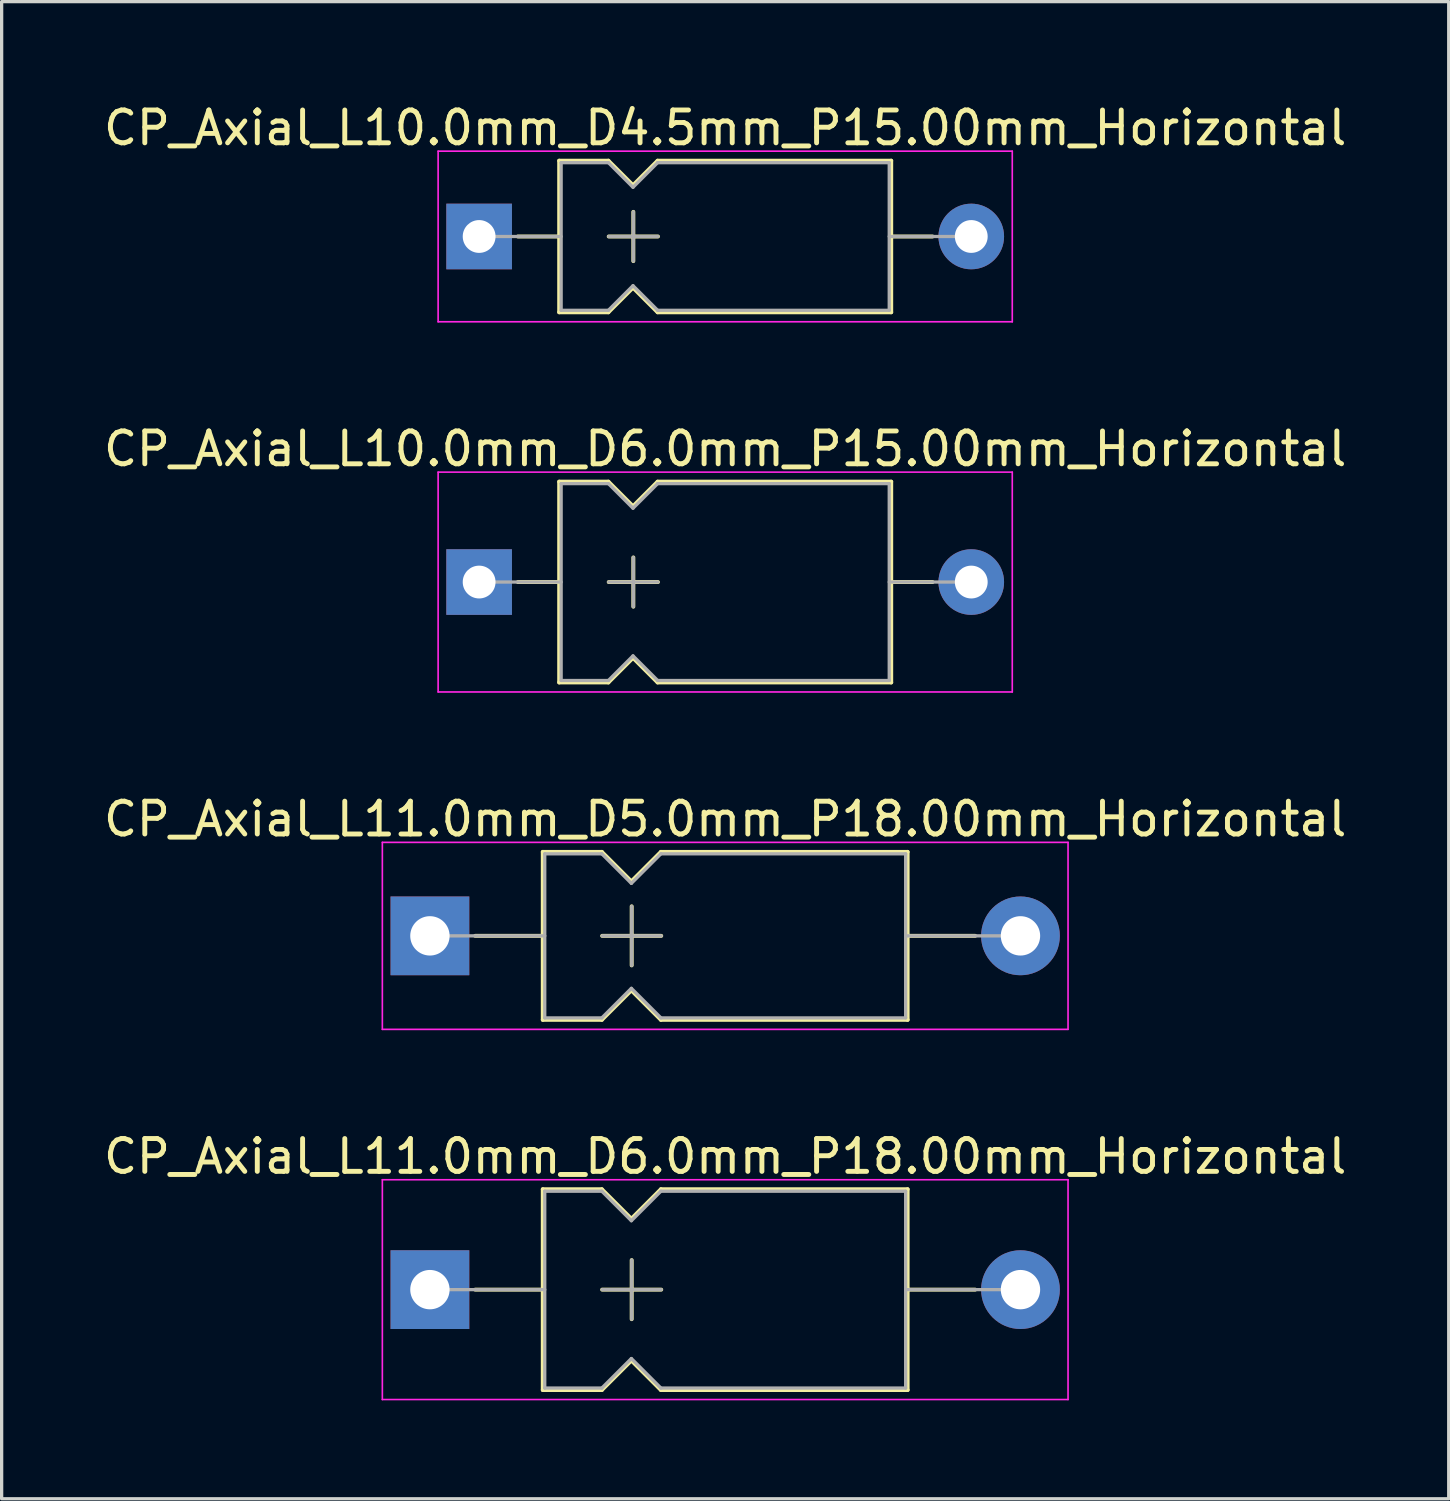
<source format=kicad_pcb>
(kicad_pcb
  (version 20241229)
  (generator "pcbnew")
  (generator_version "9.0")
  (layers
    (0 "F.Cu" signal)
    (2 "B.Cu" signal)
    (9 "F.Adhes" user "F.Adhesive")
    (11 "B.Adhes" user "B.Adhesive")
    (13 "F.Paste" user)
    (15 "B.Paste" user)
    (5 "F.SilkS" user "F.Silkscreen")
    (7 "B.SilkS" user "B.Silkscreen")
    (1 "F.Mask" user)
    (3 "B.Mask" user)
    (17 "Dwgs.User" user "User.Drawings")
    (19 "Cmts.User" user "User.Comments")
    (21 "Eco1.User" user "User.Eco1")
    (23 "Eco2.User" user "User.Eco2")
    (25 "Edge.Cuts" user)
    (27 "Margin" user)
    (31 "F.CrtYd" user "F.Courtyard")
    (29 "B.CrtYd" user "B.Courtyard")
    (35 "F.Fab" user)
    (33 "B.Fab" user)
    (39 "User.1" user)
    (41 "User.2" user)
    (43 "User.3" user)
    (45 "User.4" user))
  (footprint "CP_Axial_L10.0mm_D4.5mm_P15.00mm_Horizontal"
    (layer "F.Cu")
    (at 11.554 4.158)
    (property "Reference" "CP_Axial_L10.0mm_D4.5mm_P15.00mm_Horizontal" (at 7.5 -3.31 0) (layer "F.SilkS") (effects (font (size 1 1) (thickness 0.15))))
    (attr through_hole)
    (fp_line (start 1.18 0) (end 2.44 0) (stroke (width 0.12) (type solid)) (layer "F.SilkS"))
    (fp_line (start 2.44 -2.31) (end 2.44 2.31) (stroke (width 0.12) (type solid)) (layer "F.SilkS"))
    (fp_line (start 2.44 -2.31) (end 3.94 -2.31) (stroke (width 0.12) (type solid)) (layer "F.SilkS"))
    (fp_line (start 2.44 2.31) (end 3.94 2.31) (stroke (width 0.12) (type solid)) (layer "F.SilkS"))
    (fp_line (start 3.94 -2.31) (end 4.69 -1.56) (stroke (width 0.12) (type solid)) (layer "F.SilkS"))
    (fp_line (start 3.94 2.31) (end 4.69 1.56) (stroke (width 0.12) (type solid)) (layer "F.SilkS"))
    (fp_line (start 3.95 0) (end 5.45 0) (stroke (width 0.12) (type solid)) (layer "F.SilkS"))
    (fp_line (start 4.69 -1.56) (end 5.44 -2.31) (stroke (width 0.12) (type solid)) (layer "F.SilkS"))
    (fp_line (start 4.69 1.56) (end 5.44 2.31) (stroke (width 0.12) (type solid)) (layer "F.SilkS"))
    (fp_line (start 4.7 -0.75) (end 4.7 0.75) (stroke (width 0.12) (type solid)) (layer "F.SilkS"))
    (fp_line (start 5.44 -2.31) (end 12.56 -2.31) (stroke (width 0.12) (type solid)) (layer "F.SilkS"))
    (fp_line (start 5.44 2.31) (end 12.56 2.31) (stroke (width 0.12) (type solid)) (layer "F.SilkS"))
    (fp_line (start 12.56 -2.31) (end 12.56 2.31) (stroke (width 0.12) (type solid)) (layer "F.SilkS"))
    (fp_line (start 13.82 0) (end 12.56 0) (stroke (width 0.12) (type solid)) (layer "F.SilkS"))
    (fp_line (start -1.25 -2.6) (end -1.25 2.6) (stroke (width 0.05) (type solid)) (layer "F.CrtYd"))
    (fp_line (start -1.25 2.6) (end 16.25 2.6) (stroke (width 0.05) (type solid)) (layer "F.CrtYd"))
    (fp_line (start 16.25 -2.6) (end -1.25 -2.6) (stroke (width 0.05) (type solid)) (layer "F.CrtYd"))
    (fp_line (start 16.25 2.6) (end 16.25 -2.6) (stroke (width 0.05) (type solid)) (layer "F.CrtYd"))
    (fp_line (start 0 0) (end 2.5 0) (stroke (width 0.1) (type solid)) (layer "F.Fab"))
    (fp_line (start 2.5 -2.25) (end 2.5 2.25) (stroke (width 0.1) (type solid)) (layer "F.Fab"))
    (fp_line (start 2.5 -2.25) (end 3.94 -2.25) (stroke (width 0.1) (type solid)) (layer "F.Fab"))
    (fp_line (start 2.5 2.25) (end 3.94 2.25) (stroke (width 0.1) (type solid)) (layer "F.Fab"))
    (fp_line (start 3.94 -2.25) (end 4.69 -1.5) (stroke (width 0.1) (type solid)) (layer "F.Fab"))
    (fp_line (start 3.94 2.25) (end 4.69 1.5) (stroke (width 0.1) (type solid)) (layer "F.Fab"))
    (fp_line (start 3.95 0) (end 5.45 0) (stroke (width 0.1) (type solid)) (layer "F.Fab"))
    (fp_line (start 4.69 -1.5) (end 5.44 -2.25) (stroke (width 0.1) (type solid)) (layer "F.Fab"))
    (fp_line (start 4.69 1.5) (end 5.44 2.25) (stroke (width 0.1) (type solid)) (layer "F.Fab"))
    (fp_line (start 4.7 -0.75) (end 4.7 0.75) (stroke (width 0.1) (type solid)) (layer "F.Fab"))
    (fp_line (start 5.44 -2.25) (end 12.5 -2.25) (stroke (width 0.1) (type solid)) (layer "F.Fab"))
    (fp_line (start 5.44 2.25) (end 12.5 2.25) (stroke (width 0.1) (type solid)) (layer "F.Fab"))
    (fp_line (start 12.5 -2.25) (end 12.5 2.25) (stroke (width 0.1) (type solid)) (layer "F.Fab"))
    (fp_line (start 15 0) (end 12.5 0) (stroke (width 0.1) (type solid)) (layer "F.Fab"))
    (pad "1" thru_hole rect (at 0 0) (size 2 2) (drill 1) (layers "*.Cu" "*.Mask"))
    (pad "2" thru_hole oval (at 15 0) (size 2 2) (drill 1) (layers "*.Cu" "*.Mask")))
  (footprint "CP_Axial_L11.0mm_D6.0mm_P18.00mm_Horizontal"
    (layer "F.Cu")
    (at 10.054 36.258)
    (property "Reference" "CP_Axial_L11.0mm_D6.0mm_P18.00mm_Horizontal" (at 9 -4.06 0) (layer "F.SilkS") (effects (font (size 1 1) (thickness 0.15))))
    (attr through_hole)
    (fp_line (start 1.38 0) (end 3.44 0) (stroke (width 0.12) (type solid)) (layer "F.SilkS"))
    (fp_line (start 3.44 -3.06) (end 3.44 3.06) (stroke (width 0.12) (type solid)) (layer "F.SilkS"))
    (fp_line (start 3.44 -3.06) (end 5.24 -3.06) (stroke (width 0.12) (type solid)) (layer "F.SilkS"))
    (fp_line (start 3.44 3.06) (end 5.24 3.06) (stroke (width 0.12) (type solid)) (layer "F.SilkS"))
    (fp_line (start 5.24 -3.06) (end 6.14 -2.16) (stroke (width 0.12) (type solid)) (layer "F.SilkS"))
    (fp_line (start 5.24 3.06) (end 6.14 2.16) (stroke (width 0.12) (type solid)) (layer "F.SilkS"))
    (fp_line (start 5.25 0) (end 7.05 0) (stroke (width 0.12) (type solid)) (layer "F.SilkS"))
    (fp_line (start 6.14 -2.16) (end 7.04 -3.06) (stroke (width 0.12) (type solid)) (layer "F.SilkS"))
    (fp_line (start 6.14 2.16) (end 7.04 3.06) (stroke (width 0.12) (type solid)) (layer "F.SilkS"))
    (fp_line (start 6.15 -0.9) (end 6.15 0.9) (stroke (width 0.12) (type solid)) (layer "F.SilkS"))
    (fp_line (start 7.04 -3.06) (end 14.56 -3.06) (stroke (width 0.12) (type solid)) (layer "F.SilkS"))
    (fp_line (start 7.04 3.06) (end 14.56 3.06) (stroke (width 0.12) (type solid)) (layer "F.SilkS"))
    (fp_line (start 14.56 -3.06) (end 14.56 3.06) (stroke (width 0.12) (type solid)) (layer "F.SilkS"))
    (fp_line (start 16.62 0) (end 14.56 0) (stroke (width 0.12) (type solid)) (layer "F.SilkS"))
    (fp_line (start -1.45 -3.35) (end -1.45 3.35) (stroke (width 0.05) (type solid)) (layer "F.CrtYd"))
    (fp_line (start -1.45 3.35) (end 19.45 3.35) (stroke (width 0.05) (type solid)) (layer "F.CrtYd"))
    (fp_line (start 19.45 -3.35) (end -1.45 -3.35) (stroke (width 0.05) (type solid)) (layer "F.CrtYd"))
    (fp_line (start 19.45 3.35) (end 19.45 -3.35) (stroke (width 0.05) (type solid)) (layer "F.CrtYd"))
    (fp_line (start 0 0) (end 3.5 0) (stroke (width 0.1) (type solid)) (layer "F.Fab"))
    (fp_line (start 3.5 -3) (end 3.5 3) (stroke (width 0.1) (type solid)) (layer "F.Fab"))
    (fp_line (start 3.5 -3) (end 5.24 -3) (stroke (width 0.1) (type solid)) (layer "F.Fab"))
    (fp_line (start 3.5 3) (end 5.24 3) (stroke (width 0.1) (type solid)) (layer "F.Fab"))
    (fp_line (start 5.24 -3) (end 6.14 -2.1) (stroke (width 0.1) (type solid)) (layer "F.Fab"))
    (fp_line (start 5.24 3) (end 6.14 2.1) (stroke (width 0.1) (type solid)) (layer "F.Fab"))
    (fp_line (start 5.25 0) (end 7.05 0) (stroke (width 0.1) (type solid)) (layer "F.Fab"))
    (fp_line (start 6.14 -2.1) (end 7.04 -3) (stroke (width 0.1) (type solid)) (layer "F.Fab"))
    (fp_line (start 6.14 2.1) (end 7.04 3) (stroke (width 0.1) (type solid)) (layer "F.Fab"))
    (fp_line (start 6.15 -0.9) (end 6.15 0.9) (stroke (width 0.1) (type solid)) (layer "F.Fab"))
    (fp_line (start 7.04 -3) (end 14.5 -3) (stroke (width 0.1) (type solid)) (layer "F.Fab"))
    (fp_line (start 7.04 3) (end 14.5 3) (stroke (width 0.1) (type solid)) (layer "F.Fab"))
    (fp_line (start 14.5 -3) (end 14.5 3) (stroke (width 0.1) (type solid)) (layer "F.Fab"))
    (fp_line (start 18 0) (end 14.5 0) (stroke (width 0.1) (type solid)) (layer "F.Fab"))
    (pad "1" thru_hole rect (at 0 0) (size 2.4 2.4) (drill 1.2) (layers "*.Cu" "*.Mask"))
    (pad "2" thru_hole oval (at 18 0) (size 2.4 2.4) (drill 1.2) (layers "*.Cu" "*.Mask")))
  (footprint "CP_Axial_L10.0mm_D6.0mm_P15.00mm_Horizontal"
    (layer "F.Cu")
    (at 11.554 14.691)
    (property "Reference" "CP_Axial_L10.0mm_D6.0mm_P15.00mm_Horizontal" (at 7.5 -4.06 0) (layer "F.SilkS") (effects (font (size 1 1) (thickness 0.15))))
    (attr through_hole)
    (fp_line (start 1.18 0) (end 2.44 0) (stroke (width 0.12) (type solid)) (layer "F.SilkS"))
    (fp_line (start 2.44 -3.06) (end 2.44 3.06) (stroke (width 0.12) (type solid)) (layer "F.SilkS"))
    (fp_line (start 2.44 -3.06) (end 3.94 -3.06) (stroke (width 0.12) (type solid)) (layer "F.SilkS"))
    (fp_line (start 2.44 3.06) (end 3.94 3.06) (stroke (width 0.12) (type solid)) (layer "F.SilkS"))
    (fp_line (start 3.94 -3.06) (end 4.69 -2.31) (stroke (width 0.12) (type solid)) (layer "F.SilkS"))
    (fp_line (start 3.94 3.06) (end 4.69 2.31) (stroke (width 0.12) (type solid)) (layer "F.SilkS"))
    (fp_line (start 3.95 0) (end 5.45 0) (stroke (width 0.12) (type solid)) (layer "F.SilkS"))
    (fp_line (start 4.69 -2.31) (end 5.44 -3.06) (stroke (width 0.12) (type solid)) (layer "F.SilkS"))
    (fp_line (start 4.69 2.31) (end 5.44 3.06) (stroke (width 0.12) (type solid)) (layer "F.SilkS"))
    (fp_line (start 4.7 -0.75) (end 4.7 0.75) (stroke (width 0.12) (type solid)) (layer "F.SilkS"))
    (fp_line (start 5.44 -3.06) (end 12.56 -3.06) (stroke (width 0.12) (type solid)) (layer "F.SilkS"))
    (fp_line (start 5.44 3.06) (end 12.56 3.06) (stroke (width 0.12) (type solid)) (layer "F.SilkS"))
    (fp_line (start 12.56 -3.06) (end 12.56 3.06) (stroke (width 0.12) (type solid)) (layer "F.SilkS"))
    (fp_line (start 13.82 0) (end 12.56 0) (stroke (width 0.12) (type solid)) (layer "F.SilkS"))
    (fp_line (start -1.25 -3.35) (end -1.25 3.35) (stroke (width 0.05) (type solid)) (layer "F.CrtYd"))
    (fp_line (start -1.25 3.35) (end 16.25 3.35) (stroke (width 0.05) (type solid)) (layer "F.CrtYd"))
    (fp_line (start 16.25 -3.35) (end -1.25 -3.35) (stroke (width 0.05) (type solid)) (layer "F.CrtYd"))
    (fp_line (start 16.25 3.35) (end 16.25 -3.35) (stroke (width 0.05) (type solid)) (layer "F.CrtYd"))
    (fp_line (start 0 0) (end 2.5 0) (stroke (width 0.1) (type solid)) (layer "F.Fab"))
    (fp_line (start 2.5 -3) (end 2.5 3) (stroke (width 0.1) (type solid)) (layer "F.Fab"))
    (fp_line (start 2.5 -3) (end 3.94 -3) (stroke (width 0.1) (type solid)) (layer "F.Fab"))
    (fp_line (start 2.5 3) (end 3.94 3) (stroke (width 0.1) (type solid)) (layer "F.Fab"))
    (fp_line (start 3.94 -3) (end 4.69 -2.25) (stroke (width 0.1) (type solid)) (layer "F.Fab"))
    (fp_line (start 3.94 3) (end 4.69 2.25) (stroke (width 0.1) (type solid)) (layer "F.Fab"))
    (fp_line (start 3.95 0) (end 5.45 0) (stroke (width 0.1) (type solid)) (layer "F.Fab"))
    (fp_line (start 4.69 -2.25) (end 5.44 -3) (stroke (width 0.1) (type solid)) (layer "F.Fab"))
    (fp_line (start 4.69 2.25) (end 5.44 3) (stroke (width 0.1) (type solid)) (layer "F.Fab"))
    (fp_line (start 4.7 -0.75) (end 4.7 0.75) (stroke (width 0.1) (type solid)) (layer "F.Fab"))
    (fp_line (start 5.44 -3) (end 12.5 -3) (stroke (width 0.1) (type solid)) (layer "F.Fab"))
    (fp_line (start 5.44 3) (end 12.5 3) (stroke (width 0.1) (type solid)) (layer "F.Fab"))
    (fp_line (start 12.5 -3) (end 12.5 3) (stroke (width 0.1) (type solid)) (layer "F.Fab"))
    (fp_line (start 15 0) (end 12.5 0) (stroke (width 0.1) (type solid)) (layer "F.Fab"))
    (pad "1" thru_hole rect (at 0 0) (size 2 2) (drill 1) (layers "*.Cu" "*.Mask"))
    (pad "2" thru_hole oval (at 15 0) (size 2 2) (drill 1) (layers "*.Cu" "*.Mask")))
  (footprint "CP_Axial_L11.0mm_D5.0mm_P18.00mm_Horizontal"
    (layer "F.Cu")
    (at 10.054 25.475)
    (property "Reference" "CP_Axial_L11.0mm_D5.0mm_P18.00mm_Horizontal" (at 9 -3.56 0) (layer "F.SilkS") (effects (font (size 1 1) (thickness 0.15))))
    (attr through_hole)
    (fp_line (start 1.38 0) (end 3.44 0) (stroke (width 0.12) (type solid)) (layer "F.SilkS"))
    (fp_line (start 3.44 -2.56) (end 3.44 2.56) (stroke (width 0.12) (type solid)) (layer "F.SilkS"))
    (fp_line (start 3.44 -2.56) (end 5.24 -2.56) (stroke (width 0.12) (type solid)) (layer "F.SilkS"))
    (fp_line (start 3.44 2.56) (end 5.24 2.56) (stroke (width 0.12) (type solid)) (layer "F.SilkS"))
    (fp_line (start 5.24 -2.56) (end 6.14 -1.66) (stroke (width 0.12) (type solid)) (layer "F.SilkS"))
    (fp_line (start 5.24 2.56) (end 6.14 1.66) (stroke (width 0.12) (type solid)) (layer "F.SilkS"))
    (fp_line (start 5.25 0) (end 7.05 0) (stroke (width 0.12) (type solid)) (layer "F.SilkS"))
    (fp_line (start 6.14 -1.66) (end 7.04 -2.56) (stroke (width 0.12) (type solid)) (layer "F.SilkS"))
    (fp_line (start 6.14 1.66) (end 7.04 2.56) (stroke (width 0.12) (type solid)) (layer "F.SilkS"))
    (fp_line (start 6.15 -0.9) (end 6.15 0.9) (stroke (width 0.12) (type solid)) (layer "F.SilkS"))
    (fp_line (start 7.04 -2.56) (end 14.56 -2.56) (stroke (width 0.12) (type solid)) (layer "F.SilkS"))
    (fp_line (start 7.04 2.56) (end 14.56 2.56) (stroke (width 0.12) (type solid)) (layer "F.SilkS"))
    (fp_line (start 14.56 -2.56) (end 14.56 2.56) (stroke (width 0.12) (type solid)) (layer "F.SilkS"))
    (fp_line (start 16.62 0) (end 14.56 0) (stroke (width 0.12) (type solid)) (layer "F.SilkS"))
    (fp_line (start -1.45 -2.85) (end -1.45 2.85) (stroke (width 0.05) (type solid)) (layer "F.CrtYd"))
    (fp_line (start -1.45 2.85) (end 19.45 2.85) (stroke (width 0.05) (type solid)) (layer "F.CrtYd"))
    (fp_line (start 19.45 -2.85) (end -1.45 -2.85) (stroke (width 0.05) (type solid)) (layer "F.CrtYd"))
    (fp_line (start 19.45 2.85) (end 19.45 -2.85) (stroke (width 0.05) (type solid)) (layer "F.CrtYd"))
    (fp_line (start 0 0) (end 3.5 0) (stroke (width 0.1) (type solid)) (layer "F.Fab"))
    (fp_line (start 3.5 -2.5) (end 3.5 2.5) (stroke (width 0.1) (type solid)) (layer "F.Fab"))
    (fp_line (start 3.5 -2.5) (end 5.24 -2.5) (stroke (width 0.1) (type solid)) (layer "F.Fab"))
    (fp_line (start 3.5 2.5) (end 5.24 2.5) (stroke (width 0.1) (type solid)) (layer "F.Fab"))
    (fp_line (start 5.24 -2.5) (end 6.14 -1.6) (stroke (width 0.1) (type solid)) (layer "F.Fab"))
    (fp_line (start 5.24 2.5) (end 6.14 1.6) (stroke (width 0.1) (type solid)) (layer "F.Fab"))
    (fp_line (start 5.25 0) (end 7.05 0) (stroke (width 0.1) (type solid)) (layer "F.Fab"))
    (fp_line (start 6.14 -1.6) (end 7.04 -2.5) (stroke (width 0.1) (type solid)) (layer "F.Fab"))
    (fp_line (start 6.14 1.6) (end 7.04 2.5) (stroke (width 0.1) (type solid)) (layer "F.Fab"))
    (fp_line (start 6.15 -0.9) (end 6.15 0.9) (stroke (width 0.1) (type solid)) (layer "F.Fab"))
    (fp_line (start 7.04 -2.5) (end 14.5 -2.5) (stroke (width 0.1) (type solid)) (layer "F.Fab"))
    (fp_line (start 7.04 2.5) (end 14.5 2.5) (stroke (width 0.1) (type solid)) (layer "F.Fab"))
    (fp_line (start 14.5 -2.5) (end 14.5 2.5) (stroke (width 0.1) (type solid)) (layer "F.Fab"))
    (fp_line (start 18 0) (end 14.5 0) (stroke (width 0.1) (type solid)) (layer "F.Fab"))
    (pad "1" thru_hole rect (at 0 0) (size 2.4 2.4) (drill 1.2) (layers "*.Cu" "*.Mask"))
    (pad "2" thru_hole oval (at 18 0) (size 2.4 2.4) (drill 1.2) (layers "*.Cu" "*.Mask")))
  (gr_rect
    (start -3 -3)
    (end 41.107 42.633)
    (stroke (width 0.1) (type default))
    (fill no)
    (layer "Edge.Cuts")))
</source>
